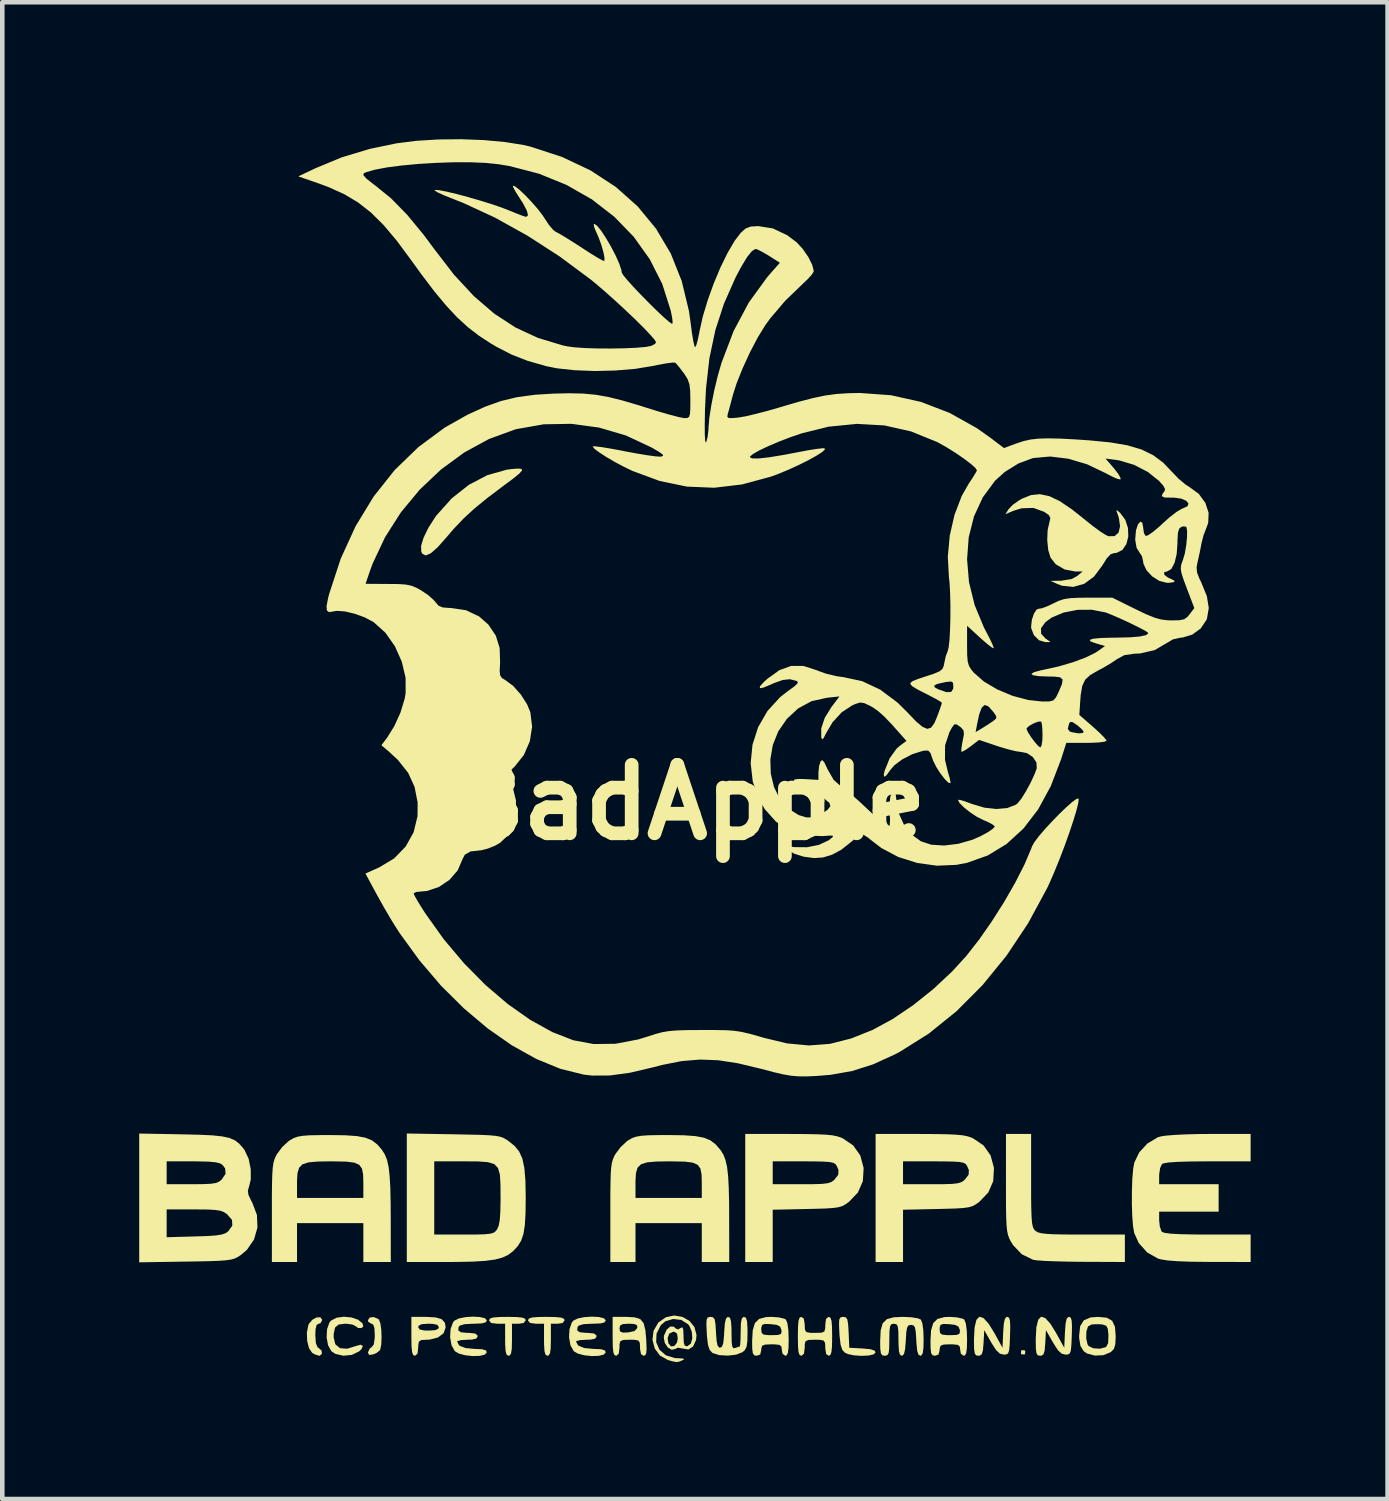
<source format=kicad_pcb>
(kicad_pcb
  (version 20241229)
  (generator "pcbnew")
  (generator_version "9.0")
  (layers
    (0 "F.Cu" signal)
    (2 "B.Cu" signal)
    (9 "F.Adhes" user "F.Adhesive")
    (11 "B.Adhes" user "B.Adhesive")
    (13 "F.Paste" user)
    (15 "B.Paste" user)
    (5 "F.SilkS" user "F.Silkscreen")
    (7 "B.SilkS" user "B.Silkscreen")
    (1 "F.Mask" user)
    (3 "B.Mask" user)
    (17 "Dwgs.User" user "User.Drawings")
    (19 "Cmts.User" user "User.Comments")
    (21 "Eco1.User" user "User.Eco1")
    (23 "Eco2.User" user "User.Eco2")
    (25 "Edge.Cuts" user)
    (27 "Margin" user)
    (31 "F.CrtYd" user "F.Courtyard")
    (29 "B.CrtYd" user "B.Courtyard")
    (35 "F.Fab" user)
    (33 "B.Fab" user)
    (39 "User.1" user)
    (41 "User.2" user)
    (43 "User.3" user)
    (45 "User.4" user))
  (footprint "BadApple"
    (layer "F.Cu")
    (at 12.074 14.527)
    (property "Reference" "BadApple" (at 0 0 0) (layer "F.SilkS") (effects (font (size 1.5 1.5) (thickness 0.3))))
    (attr board_only exclude_from_pos_files exclude_from_bom)
    (fp_poly (pts (xy 7.326 12.006) (xy 7.337 12.019) (xy 7.332 12.085) (xy 7.319 12.096) (xy 7.253 12.091) (xy 7.242 12.078) (xy 7.247 12.013) (xy 7.26 12.001)) (stroke (width 0) (type solid)) (fill yes) (layer "F.SilkS"))
    (fp_poly (pts (xy -8.066 11.336) (xy -8.066 11.344) (xy -8.104 11.412) (xy -8.141 11.422) (xy -8.188 11.449) (xy -8.211 11.542) (xy -8.216 11.675) (xy -8.204 11.849) (xy -8.166 11.939) (xy -8.141 11.955) (xy -8.079 12.011) (xy -8.071 12.082) (xy -8.12 12.123) (xy -8.131 12.124) (xy -8.223 12.096) (xy -8.287 12.058) (xy -8.355 11.957) (xy -8.395 11.797) (xy -8.401 11.618) (xy -8.371 11.459) (xy -8.355 11.422) (xy -8.28 11.334) (xy -8.186 11.284) (xy -8.105 11.282)) (stroke (width 0) (type solid)) (fill yes) (layer "F.SilkS"))
    (fp_poly (pts (xy -6.843 11.315) (xy -6.823 11.332) (xy -6.791 11.413) (xy -6.771 11.557) (xy -6.765 11.726) (xy -6.772 11.883) (xy -6.795 11.991) (xy -6.802 12.004) (xy -6.876 12.063) (xy -6.951 12.095) (xy -7.039 12.106) (xy -7.064 12.052) (xy -7.064 12.051) (xy -7.023 11.964) (xy -6.989 11.942) (xy -6.937 11.88) (xy -6.915 11.739) (xy -6.914 11.668) (xy -6.922 11.512) (xy -6.951 11.437) (xy -6.989 11.422) (xy -7.055 11.382) (xy -7.064 11.347) (xy -7.026 11.287) (xy -6.939 11.276)) (stroke (width 0) (type solid)) (fill yes) (layer "F.SilkS"))
    (fp_poly (pts (xy -3.802 11.276) (xy -3.679 11.289) (xy -3.62 11.314) (xy -3.607 11.347) (xy -3.652 11.407) (xy -3.757 11.422) (xy -3.908 11.422) (xy -3.908 11.773) (xy -3.912 11.964) (xy -3.928 12.073) (xy -3.959 12.119) (xy -3.983 12.124) (xy -4.024 12.103) (xy -4.047 12.029) (xy -4.057 11.883) (xy -4.058 11.773) (xy -4.058 11.422) (xy -4.233 11.422) (xy -4.363 11.406) (xy -4.408 11.354) (xy -4.409 11.347) (xy -4.39 11.309) (xy -4.321 11.286) (xy -4.185 11.275) (xy -4.008 11.272)) (stroke (width 0) (type solid)) (fill yes) (layer "F.SilkS"))
    (fp_poly (pts (xy -2.951 11.276) (xy -2.827 11.289) (xy -2.768 11.314) (xy -2.755 11.347) (xy -2.8 11.407) (xy -2.906 11.422) (xy -3.056 11.422) (xy -3.056 11.773) (xy -3.06 11.964) (xy -3.076 12.073) (xy -3.108 12.119) (xy -3.131 12.124) (xy -3.172 12.103) (xy -3.195 12.029) (xy -3.205 11.883) (xy -3.206 11.773) (xy -3.206 11.422) (xy -3.382 11.422) (xy -3.511 11.406) (xy -3.557 11.354) (xy -3.557 11.347) (xy -3.538 11.309) (xy -3.47 11.286) (xy -3.334 11.275) (xy -3.156 11.272)) (stroke (width 0) (type solid)) (fill yes) (layer "F.SilkS"))
    (fp_poly (pts (xy 3.404 11.282) (xy 3.438 11.327) (xy 3.456 11.428) (xy 3.467 11.607) (xy 3.467 11.61) (xy 3.482 11.949) (xy 3.77 11.964) (xy 3.945 11.981) (xy 4.036 12.011) (xy 4.058 12.051) (xy 4.014 12.094) (xy 3.901 12.119) (xy 3.749 12.126) (xy 3.59 12.116) (xy 3.452 12.087) (xy 3.381 12.054) (xy 3.326 11.99) (xy 3.291 11.88) (xy 3.27 11.701) (xy 3.265 11.628) (xy 3.257 11.443) (xy 3.261 11.336) (xy 3.284 11.287) (xy 3.329 11.273) (xy 3.349 11.272)) (stroke (width 0) (type solid)) (fill yes) (layer "F.SilkS"))
    (fp_poly (pts (xy -3.697 -7.304) (xy -3.688 -7.269) (xy -3.751 -7.199) (xy -3.888 -7.088) (xy -4.099 -6.931) (xy -4.446 -6.669) (xy -4.728 -6.439) (xy -4.966 -6.22) (xy -5.183 -5.993) (xy -5.346 -5.802) (xy -5.538 -5.586) (xy -5.687 -5.456) (xy -5.796 -5.409) (xy -5.87 -5.444) (xy -5.895 -5.49) (xy -5.899 -5.618) (xy -5.844 -5.8) (xy -5.739 -6.015) (xy -5.593 -6.243) (xy -5.562 -6.286) (xy -5.226 -6.661) (xy -4.851 -6.957) (xy -4.447 -7.168) (xy -4.024 -7.287) (xy -3.912 -7.302) (xy -3.773 -7.312)) (stroke (width 0) (type solid)) (fill yes) (layer "F.SilkS"))
    (fp_poly (pts (xy -7.425 11.285) (xy -7.28 11.334) (xy -7.185 11.411) (xy -7.164 11.476) (xy -7.201 11.517) (xy -7.276 11.516) (xy -7.339 11.473) (xy -7.339 11.473) (xy -7.405 11.44) (xy -7.529 11.423) (xy -7.562 11.422) (xy -7.706 11.44) (xy -7.784 11.506) (xy -7.813 11.641) (xy -7.815 11.717) (xy -7.779 11.872) (xy -7.676 11.958) (xy -7.519 11.97) (xy -7.342 11.915) (xy -7.223 11.882) (xy -7.175 11.909) (xy -7.206 11.98) (xy -7.257 12.028) (xy -7.416 12.105) (xy -7.602 12.123) (xy -7.776 12.083) (xy -7.865 12.024) (xy -7.937 11.895) (xy -7.969 11.721) (xy -7.959 11.541) (xy -7.907 11.396) (xy -7.874 11.355) (xy -7.751 11.291) (xy -7.591 11.269)) (stroke (width 0) (type solid)) (fill yes) (layer "F.SilkS"))
    (fp_poly (pts (xy -5.579 11.284) (xy -5.444 11.325) (xy -5.376 11.404) (xy -5.361 11.505) (xy -5.406 11.63) (xy -5.529 11.723) (xy -5.708 11.77) (xy -5.772 11.773) (xy -5.896 11.779) (xy -5.949 11.817) (xy -5.962 11.912) (xy -5.962 11.949) (xy -5.978 12.078) (xy -6.03 12.124) (xy -6.037 12.124) (xy -6.074 12.106) (xy -6.097 12.04) (xy -6.109 11.908) (xy -6.112 11.698) (xy -6.112 11.498) (xy -5.962 11.498) (xy -5.932 11.547) (xy -5.832 11.57) (xy -5.736 11.573) (xy -5.588 11.563) (xy -5.52 11.53) (xy -5.511 11.498) (xy -5.54 11.448) (xy -5.641 11.426) (xy -5.736 11.422) (xy -5.885 11.432) (xy -5.953 11.466) (xy -5.962 11.498) (xy -6.112 11.498) (xy -6.112 11.272) (xy -5.796 11.272)) (stroke (width 0) (type solid)) (fill yes) (layer "F.SilkS"))
    (fp_poly (pts (xy 6.422 11.298) (xy 6.536 11.424) (xy 6.659 11.623) (xy 6.838 11.949) (xy 6.853 11.61) (xy 6.867 11.421) (xy 6.89 11.315) (xy 6.928 11.274) (xy 6.943 11.272) (xy 6.98 11.289) (xy 7.001 11.351) (xy 7.008 11.477) (xy 7.003 11.685) (xy 7.003 11.686) (xy 6.995 11.888) (xy 6.982 12.011) (xy 6.959 12.073) (xy 6.918 12.096) (xy 6.866 12.099) (xy 6.781 12.078) (xy 6.7 12.003) (xy 6.604 11.855) (xy 6.59 11.831) (xy 6.438 11.563) (xy 6.423 11.843) (xy 6.409 12.006) (xy 6.384 12.091) (xy 6.339 12.121) (xy 6.31 12.124) (xy 6.259 12.114) (xy 6.23 12.071) (xy 6.216 11.973) (xy 6.213 11.8) (xy 6.213 11.761) (xy 6.227 11.5) (xy 6.267 11.336) (xy 6.333 11.268)) (stroke (width 0) (type solid)) (fill yes) (layer "F.SilkS"))
    (fp_poly (pts (xy 7.775 11.298) (xy 7.889 11.424) (xy 8.011 11.623) (xy 8.191 11.949) (xy 8.206 11.61) (xy 8.22 11.421) (xy 8.243 11.315) (xy 8.281 11.274) (xy 8.296 11.272) (xy 8.333 11.289) (xy 8.353 11.351) (xy 8.36 11.477) (xy 8.356 11.685) (xy 8.356 11.686) (xy 8.347 11.888) (xy 8.335 12.011) (xy 8.311 12.073) (xy 8.27 12.096) (xy 8.218 12.099) (xy 8.134 12.078) (xy 8.053 12.003) (xy 7.957 11.855) (xy 7.943 11.831) (xy 7.79 11.563) (xy 7.775 11.843) (xy 7.762 12.006) (xy 7.737 12.091) (xy 7.692 12.121) (xy 7.663 12.124) (xy 7.612 12.114) (xy 7.583 12.071) (xy 7.569 11.973) (xy 7.566 11.8) (xy 7.566 11.761) (xy 7.58 11.5) (xy 7.62 11.336) (xy 7.685 11.268)) (stroke (width 0) (type solid)) (fill yes) (layer "F.SilkS"))
    (fp_poly (pts (xy 7.465 8.284) (xy 7.465 8.631) (xy 7.468 8.892) (xy 7.475 9.081) (xy 7.485 9.211) (xy 7.502 9.295) (xy 7.525 9.349) (xy 7.556 9.385) (xy 7.556 9.386) (xy 7.602 9.415) (xy 7.672 9.437) (xy 7.782 9.452) (xy 7.946 9.462) (xy 8.178 9.467) (xy 8.492 9.469) (xy 8.583 9.469) (xy 9.519 9.469) (xy 9.519 9.769) (xy 9.519 10.07) (xy 8.579 10.066) (xy 8.274 10.062) (xy 7.996 10.055) (xy 7.763 10.046) (xy 7.594 10.034) (xy 7.51 10.022) (xy 7.26 9.9) (xy 7.07 9.7) (xy 7.023 9.625) (xy 6.987 9.555) (xy 6.96 9.482) (xy 6.94 9.391) (xy 6.927 9.268) (xy 6.919 9.096) (xy 6.915 8.862) (xy 6.914 8.551) (xy 6.914 8.347) (xy 6.914 7.264) (xy 7.189 7.264) (xy 7.465 7.264)) (stroke (width 0) (type solid)) (fill yes) (layer "F.SilkS"))
    (fp_poly (pts (xy 9.122 11.291) (xy 9.241 11.358) (xy 9.302 11.49) (xy 9.318 11.699) (xy 9.31 11.868) (xy 9.28 11.971) (xy 9.216 12.039) (xy 9.207 12.046) (xy 9.047 12.111) (xy 8.861 12.12) (xy 8.692 12.075) (xy 8.617 12.024) (xy 8.546 11.91) (xy 8.519 11.746) (xy 8.672 11.746) (xy 8.701 11.873) (xy 8.727 11.913) (xy 8.832 11.961) (xy 8.975 11.969) (xy 9.101 11.935) (xy 9.109 11.93) (xy 9.153 11.846) (xy 9.159 11.679) (xy 9.159 11.668) (xy 9.144 11.531) (xy 9.109 11.465) (xy 9.027 11.439) (xy 8.948 11.432) (xy 8.793 11.437) (xy 8.711 11.482) (xy 8.675 11.598) (xy 8.672 11.746) (xy 8.519 11.746) (xy 8.518 11.74) (xy 8.517 11.681) (xy 8.54 11.476) (xy 8.618 11.349) (xy 8.764 11.285) (xy 8.93 11.272)) (stroke (width 0) (type solid)) (fill yes) (layer "F.SilkS"))
    (fp_poly (pts (xy -4.613 11.275) (xy -4.501 11.302) (xy -4.459 11.347) (xy -4.482 11.391) (xy -4.565 11.415) (xy -4.726 11.422) (xy -4.754 11.422) (xy -4.946 11.432) (xy -5.05 11.463) (xy -5.076 11.493) (xy -5.085 11.568) (xy -5.027 11.609) (xy -4.888 11.623) (xy -4.851 11.623) (xy -4.715 11.636) (xy -4.661 11.681) (xy -4.659 11.698) (xy -4.689 11.748) (xy -4.789 11.77) (xy -4.885 11.773) (xy -5.019 11.781) (xy -5.1 11.801) (xy -5.11 11.813) (xy -5.064 11.9) (xy -4.93 11.955) (xy -4.724 11.974) (xy -4.562 11.981) (xy -4.479 12.006) (xy -4.459 12.049) (xy -4.503 12.099) (xy -4.614 12.126) (xy -4.765 12.131) (xy -4.927 12.114) (xy -5.069 12.077) (xy -5.16 12.024) (xy -5.232 11.895) (xy -5.263 11.721) (xy -5.253 11.541) (xy -5.202 11.396) (xy -5.169 11.355) (xy -5.072 11.307) (xy -4.928 11.278) (xy -4.765 11.267)) (stroke (width 0) (type solid)) (fill yes) (layer "F.SilkS"))
    (fp_poly (pts (xy -2.008 11.275) (xy -1.896 11.302) (xy -1.854 11.347) (xy -1.877 11.391) (xy -1.96 11.415) (xy -2.121 11.422) (xy -2.149 11.422) (xy -2.341 11.432) (xy -2.445 11.463) (xy -2.471 11.493) (xy -2.48 11.568) (xy -2.422 11.609) (xy -2.282 11.623) (xy -2.246 11.623) (xy -2.11 11.636) (xy -2.056 11.681) (xy -2.054 11.698) (xy -2.084 11.748) (xy -2.184 11.77) (xy -2.279 11.773) (xy -2.414 11.781) (xy -2.495 11.801) (xy -2.505 11.813) (xy -2.458 11.9) (xy -2.325 11.955) (xy -2.119 11.974) (xy -1.956 11.981) (xy -1.874 12.006) (xy -1.854 12.049) (xy -1.897 12.099) (xy -2.009 12.126) (xy -2.16 12.131) (xy -2.322 12.114) (xy -2.464 12.077) (xy -2.555 12.024) (xy -2.627 11.895) (xy -2.658 11.721) (xy -2.648 11.541) (xy -2.597 11.396) (xy -2.564 11.355) (xy -2.467 11.307) (xy -2.323 11.278) (xy -2.16 11.267)) (stroke (width 0) (type solid)) (fill yes) (layer "F.SilkS"))
    (fp_poly (pts (xy -1.22 11.282) (xy -1.097 11.321) (xy -1.024 11.41) (xy -0.985 11.565) (xy -0.967 11.774) (xy -0.959 11.961) (xy -0.966 12.068) (xy -0.991 12.115) (xy -1.024 12.124) (xy -1.081 12.09) (xy -1.102 11.977) (xy -1.102 11.949) (xy -1.107 11.841) (xy -1.14 11.79) (xy -1.227 11.774) (xy -1.328 11.773) (xy -1.466 11.777) (xy -1.532 11.802) (xy -1.552 11.87) (xy -1.553 11.949) (xy -1.569 12.078) (xy -1.621 12.124) (xy -1.628 12.124) (xy -1.666 12.106) (xy -1.689 12.04) (xy -1.7 11.908) (xy -1.703 11.698) (xy -1.703 11.526) (xy -1.553 11.526) (xy -1.539 11.593) (xy -1.477 11.617) (xy -1.366 11.613) (xy -1.223 11.583) (xy -1.163 11.517) (xy -1.162 11.51) (xy -1.169 11.453) (xy -1.234 11.428) (xy -1.349 11.422) (xy -1.481 11.43) (xy -1.54 11.463) (xy -1.553 11.526) (xy -1.703 11.526) (xy -1.703 11.272) (xy -1.409 11.272)) (stroke (width 0) (type solid)) (fill yes) (layer "F.SilkS"))
    (fp_poly (pts (xy 3.069 11.29) (xy 3.092 11.357) (xy 3.103 11.488) (xy 3.106 11.698) (xy 3.103 11.911) (xy 3.091 12.041) (xy 3.068 12.106) (xy 3.031 12.124) (xy 2.975 12.086) (xy 2.956 11.964) (xy 2.956 11.949) (xy 2.951 11.841) (xy 2.918 11.79) (xy 2.831 11.774) (xy 2.73 11.773) (xy 2.592 11.777) (xy 2.526 11.802) (xy 2.506 11.87) (xy 2.505 11.949) (xy 2.489 12.078) (xy 2.437 12.124) (xy 2.43 12.124) (xy 2.392 12.106) (xy 2.369 12.04) (xy 2.358 11.908) (xy 2.355 11.698) (xy 2.358 11.485) (xy 2.37 11.355) (xy 2.393 11.29) (xy 2.43 11.272) (xy 2.485 11.31) (xy 2.505 11.432) (xy 2.505 11.448) (xy 2.51 11.555) (xy 2.542 11.606) (xy 2.63 11.622) (xy 2.73 11.623) (xy 2.869 11.619) (xy 2.934 11.594) (xy 2.954 11.526) (xy 2.956 11.448) (xy 2.972 11.318) (xy 3.024 11.273) (xy 3.031 11.272)) (stroke (width 0) (type solid)) (fill yes) (layer "F.SilkS"))
    (fp_poly (pts (xy 1.932 11.283) (xy 2.055 11.311) (xy 2.094 11.332) (xy 2.127 11.416) (xy 2.148 11.576) (xy 2.154 11.758) (xy 2.15 11.953) (xy 2.135 12.067) (xy 2.106 12.117) (xy 2.079 12.124) (xy 2.019 12.08) (xy 2.004 11.999) (xy 1.995 11.921) (xy 1.949 11.885) (xy 1.839 11.874) (xy 1.779 11.873) (xy 1.639 11.879) (xy 1.573 11.904) (xy 1.554 11.965) (xy 1.553 11.999) (xy 1.53 12.097) (xy 1.453 12.124) (xy 1.398 12.113) (xy 1.368 12.067) (xy 1.355 11.962) (xy 1.353 11.809) (xy 1.366 11.568) (xy 1.373 11.545) (xy 1.553 11.545) (xy 1.562 11.623) (xy 1.606 11.661) (xy 1.712 11.672) (xy 1.782 11.673) (xy 1.922 11.668) (xy 1.986 11.645) (xy 1.998 11.591) (xy 1.995 11.56) (xy 1.967 11.486) (xy 1.893 11.448) (xy 1.766 11.432) (xy 1.632 11.427) (xy 1.571 11.449) (xy 1.554 11.512) (xy 1.553 11.545) (xy 1.373 11.545) (xy 1.413 11.408) (xy 1.506 11.317) (xy 1.657 11.277) (xy 1.771 11.272)) (stroke (width 0) (type solid)) (fill yes) (layer "F.SilkS"))
    (fp_poly (pts (xy 5.84 11.283) (xy 5.963 11.311) (xy 6.002 11.332) (xy 6.035 11.416) (xy 6.056 11.576) (xy 6.062 11.758) (xy 6.058 11.953) (xy 6.043 12.067) (xy 6.014 12.117) (xy 5.987 12.124) (xy 5.926 12.08) (xy 5.912 11.999) (xy 5.902 11.921) (xy 5.856 11.885) (xy 5.747 11.874) (xy 5.686 11.873) (xy 5.547 11.879) (xy 5.481 11.904) (xy 5.462 11.965) (xy 5.461 11.999) (xy 5.437 12.097) (xy 5.361 12.124) (xy 5.306 12.113) (xy 5.275 12.067) (xy 5.263 11.962) (xy 5.26 11.809) (xy 5.273 11.568) (xy 5.28 11.545) (xy 5.461 11.545) (xy 5.469 11.623) (xy 5.514 11.661) (xy 5.62 11.672) (xy 5.69 11.673) (xy 5.829 11.668) (xy 5.893 11.645) (xy 5.906 11.591) (xy 5.903 11.56) (xy 5.875 11.486) (xy 5.8 11.448) (xy 5.674 11.432) (xy 5.54 11.427) (xy 5.479 11.449) (xy 5.461 11.512) (xy 5.461 11.545) (xy 5.28 11.545) (xy 5.321 11.408) (xy 5.414 11.317) (xy 5.565 11.277) (xy 5.679 11.272)) (stroke (width 0) (type solid)) (fill yes) (layer "F.SilkS"))
    (fp_poly (pts (xy 2.167 7.265) (xy 2.513 7.267) (xy 2.775 7.272) (xy 2.97 7.281) (xy 3.112 7.295) (xy 3.22 7.317) (xy 3.308 7.347) (xy 3.337 7.36) (xy 3.566 7.515) (xy 3.722 7.735) (xy 3.795 8.007) (xy 3.796 8.011) (xy 3.779 8.299) (xy 3.671 8.547) (xy 3.479 8.748) (xy 3.402 8.804) (xy 3.331 8.844) (xy 3.245 8.87) (xy 3.126 8.887) (xy 2.956 8.898) (xy 2.714 8.905) (xy 2.547 8.909) (xy 1.804 8.925) (xy 1.804 9.497) (xy 1.804 10.07) (xy 1.503 10.07) (xy 1.202 10.07) (xy 1.202 8.667) (xy 1.202 8.116) (xy 1.804 8.116) (xy 1.804 8.366) (xy 2.43 8.366) (xy 2.695 8.365) (xy 2.88 8.359) (xy 3.002 8.345) (xy 3.082 8.321) (xy 3.138 8.284) (xy 3.156 8.266) (xy 3.24 8.158) (xy 3.245 8.055) (xy 3.205 7.962) (xy 3.176 7.923) (xy 3.127 7.896) (xy 3.041 7.879) (xy 2.902 7.87) (xy 2.692 7.866) (xy 2.478 7.865) (xy 1.804 7.865) (xy 1.804 8.116) (xy 1.202 8.116) (xy 1.202 7.264)) (stroke (width 0) (type solid)) (fill yes) (layer "F.SilkS"))
    (fp_poly (pts (xy 5.022 7.265) (xy 5.369 7.267) (xy 5.631 7.272) (xy 5.825 7.281) (xy 5.968 7.295) (xy 6.075 7.317) (xy 6.164 7.347) (xy 6.192 7.36) (xy 6.422 7.515) (xy 6.577 7.735) (xy 6.651 8.007) (xy 6.651 8.011) (xy 6.635 8.299) (xy 6.527 8.547) (xy 6.334 8.748) (xy 6.258 8.804) (xy 6.186 8.844) (xy 6.101 8.87) (xy 5.982 8.887) (xy 5.811 8.898) (xy 5.57 8.905) (xy 5.402 8.909) (xy 4.659 8.925) (xy 4.659 9.497) (xy 4.659 10.07) (xy 4.359 10.07) (xy 4.058 10.07) (xy 4.058 8.667) (xy 4.058 8.116) (xy 4.659 8.116) (xy 4.659 8.366) (xy 5.285 8.366) (xy 5.551 8.365) (xy 5.735 8.359) (xy 5.858 8.345) (xy 5.937 8.321) (xy 5.993 8.284) (xy 6.012 8.266) (xy 6.096 8.158) (xy 6.101 8.055) (xy 6.06 7.962) (xy 6.031 7.923) (xy 5.982 7.896) (xy 5.897 7.879) (xy 5.758 7.87) (xy 5.548 7.866) (xy 5.334 7.865) (xy 4.659 7.865) (xy 4.659 8.116) (xy 4.058 8.116) (xy 4.058 7.264)) (stroke (width 0) (type solid)) (fill yes) (layer "F.SilkS"))
    (fp_poly (pts (xy 4.845 11.281) (xy 4.989 11.305) (xy 5.05 11.332) (xy 5.083 11.416) (xy 5.104 11.576) (xy 5.11 11.758) (xy 5.106 11.955) (xy 5.09 12.069) (xy 5.06 12.118) (xy 5.037 12.124) (xy 4.995 12.097) (xy 4.968 12.007) (xy 4.952 11.836) (xy 4.95 11.786) (xy 4.938 11.605) (xy 4.92 11.503) (xy 4.887 11.457) (xy 4.835 11.448) (xy 4.78 11.458) (xy 4.748 11.506) (xy 4.73 11.611) (xy 4.72 11.786) (xy 4.705 11.976) (xy 4.681 12.083) (xy 4.643 12.123) (xy 4.632 12.124) (xy 4.592 12.101) (xy 4.569 12.022) (xy 4.56 11.868) (xy 4.559 11.773) (xy 4.556 11.589) (xy 4.544 11.483) (xy 4.516 11.435) (xy 4.467 11.423) (xy 4.459 11.422) (xy 4.406 11.432) (xy 4.376 11.475) (xy 4.362 11.572) (xy 4.359 11.745) (xy 4.359 11.773) (xy 4.356 11.957) (xy 4.344 12.063) (xy 4.316 12.111) (xy 4.266 12.124) (xy 4.258 12.124) (xy 4.203 12.113) (xy 4.173 12.067) (xy 4.16 11.962) (xy 4.158 11.809) (xy 4.169 11.57) (xy 4.213 11.413) (xy 4.305 11.322) (xy 4.459 11.281) (xy 4.652 11.272)) (stroke (width 0) (type solid)) (fill yes) (layer "F.SilkS"))
    (fp_poly (pts (xy 1.218 11.293) (xy 1.242 11.367) (xy 1.251 11.514) (xy 1.252 11.62) (xy 1.248 11.81) (xy 1.231 11.928) (xy 1.194 12) (xy 1.141 12.046) (xy 1.004 12.1) (xy 0.82 12.121) (xy 0.634 12.11) (xy 0.491 12.065) (xy 0.475 12.054) (xy 0.42 11.99) (xy 0.385 11.88) (xy 0.364 11.701) (xy 0.36 11.628) (xy 0.351 11.443) (xy 0.356 11.336) (xy 0.378 11.287) (xy 0.423 11.273) (xy 0.443 11.272) (xy 0.499 11.282) (xy 0.532 11.327) (xy 0.55 11.428) (xy 0.561 11.607) (xy 0.561 11.61) (xy 0.575 11.799) (xy 0.598 11.905) (xy 0.636 11.946) (xy 0.651 11.949) (xy 0.694 11.924) (xy 0.722 11.841) (xy 0.738 11.679) (xy 0.741 11.61) (xy 0.755 11.42) (xy 0.779 11.313) (xy 0.818 11.273) (xy 0.829 11.272) (xy 0.869 11.295) (xy 0.891 11.373) (xy 0.901 11.526) (xy 0.902 11.628) (xy 0.905 11.814) (xy 0.917 11.918) (xy 0.942 11.958) (xy 0.981 11.954) (xy 1.061 11.927) (xy 1.081 11.923) (xy 1.092 11.878) (xy 1.099 11.758) (xy 1.102 11.598) (xy 1.107 11.415) (xy 1.125 11.314) (xy 1.16 11.275) (xy 1.177 11.272)) (stroke (width 0) (type solid)) (fill yes) (layer "F.SilkS"))
    (fp_poly (pts (xy 12.274 7.565) (xy 12.274 7.865) (xy 11.332 7.865) (xy 10.958 7.868) (xy 10.677 7.876) (xy 10.483 7.889) (xy 10.368 7.908) (xy 10.33 7.926) (xy 10.291 8.013) (xy 10.271 8.149) (xy 10.27 8.176) (xy 10.27 8.366) (xy 10.921 8.366) (xy 11.573 8.366) (xy 11.573 8.667) (xy 11.573 8.968) (xy 10.921 8.968) (xy 10.27 8.968) (xy 10.27 9.158) (xy 10.285 9.298) (xy 10.322 9.398) (xy 10.33 9.409) (xy 10.392 9.432) (xy 10.529 9.45) (xy 10.746 9.461) (xy 11.052 9.467) (xy 11.332 9.469) (xy 12.274 9.469) (xy 12.274 9.769) (xy 12.274 10.07) (xy 11.36 10.068) (xy 10.972 10.064) (xy 10.674 10.053) (xy 10.454 10.036) (xy 10.301 10.011) (xy 10.245 9.995) (xy 10.008 9.861) (xy 9.824 9.656) (xy 9.723 9.434) (xy 9.697 9.28) (xy 9.68 9.055) (xy 9.672 8.788) (xy 9.673 8.508) (xy 9.682 8.244) (xy 9.701 8.026) (xy 9.725 7.893) (xy 9.834 7.667) (xy 10.014 7.473) (xy 10.234 7.341) (xy 10.298 7.32) (xy 10.413 7.302) (xy 10.608 7.286) (xy 10.861 7.274) (xy 11.152 7.266) (xy 11.385 7.265) (xy 12.274 7.264)) (stroke (width 0) (type solid)) (fill yes) (layer "F.SilkS"))
    (fp_poly (pts (xy 7.86 -6.709) (xy 8.088 -6.601) (xy 8.354 -6.422) (xy 8.624 -6.208) (xy 8.807 -6.061) (xy 8.972 -5.939) (xy 9.099 -5.857) (xy 9.156 -5.83) (xy 9.293 -5.832) (xy 9.381 -5.91) (xy 9.414 -6.049) (xy 9.386 -6.236) (xy 9.366 -6.294) (xy 9.333 -6.388) (xy 9.347 -6.399) (xy 9.414 -6.342) (xy 9.528 -6.19) (xy 9.587 -6.01) (xy 9.594 -5.825) (xy 9.552 -5.657) (xy 9.465 -5.529) (xy 9.335 -5.464) (xy 9.29 -5.461) (xy 9.208 -5.435) (xy 9.123 -5.346) (xy 9.02 -5.182) (xy 8.841 -4.943) (xy 8.627 -4.787) (xy 8.39 -4.72) (xy 8.142 -4.745) (xy 8.041 -4.783) (xy 7.891 -4.851) (xy 8.123 -4.855) (xy 8.35 -4.891) (xy 8.474 -4.958) (xy 8.592 -5.057) (xy 8.427 -5.058) (xy 8.198 -5.102) (xy 8.006 -5.215) (xy 7.891 -5.359) (xy 7.84 -5.526) (xy 7.818 -5.744) (xy 7.827 -5.965) (xy 7.865 -6.135) (xy 7.887 -6.227) (xy 7.854 -6.292) (xy 7.752 -6.364) (xy 7.517 -6.45) (xy 7.257 -6.442) (xy 7.081 -6.388) (xy 6.901 -6.312) (xy 6.974 -6.425) (xy 7.061 -6.516) (xy 7.199 -6.614) (xy 7.268 -6.654) (xy 7.463 -6.731) (xy 7.656 -6.751)) (stroke (width 0) (type solid)) (fill yes) (layer "F.SilkS"))
    (fp_poly (pts (xy -5.194 7.272) (xy -4.849 7.279) (xy -4.589 7.285) (xy -4.399 7.294) (xy -4.263 7.307) (xy -4.166 7.326) (xy -4.093 7.353) (xy -4.029 7.389) (xy -3.991 7.415) (xy -3.853 7.524) (xy -3.751 7.648) (xy -3.681 7.804) (xy -3.637 8.009) (xy -3.614 8.278) (xy -3.607 8.63) (xy -3.607 8.659) (xy -3.611 9.001) (xy -3.626 9.26) (xy -3.657 9.455) (xy -3.707 9.603) (xy -3.781 9.722) (xy -3.882 9.831) (xy -3.885 9.833) (xy -3.988 9.912) (xy -4.114 9.972) (xy -4.278 10.016) (xy -4.494 10.045) (xy -4.774 10.062) (xy -5.135 10.069) (xy -5.333 10.07) (xy -6.212 10.07) (xy -6.212 8.663) (xy -6.212 7.865) (xy -5.611 7.865) (xy -5.611 8.667) (xy -5.611 9.469) (xy -4.963 9.469) (xy -4.696 9.468) (xy -4.511 9.463) (xy -4.39 9.451) (xy -4.316 9.431) (xy -4.268 9.398) (xy -4.236 9.357) (xy -4.2 9.278) (xy -4.176 9.154) (xy -4.163 8.967) (xy -4.158 8.7) (xy -4.158 8.667) (xy -4.16 8.368) (xy -4.173 8.154) (xy -4.214 8.012) (xy -4.295 7.926) (xy -4.432 7.883) (xy -4.639 7.867) (xy -4.931 7.865) (xy -4.963 7.865) (xy -5.611 7.865) (xy -6.212 7.865) (xy -6.212 7.255)) (stroke (width 0) (type solid)) (fill yes) (layer "F.SilkS"))
    (fp_poly (pts (xy -7.556 7.294) (xy -7.304 7.312) (xy -7.115 7.348) (xy -6.973 7.407) (xy -6.858 7.495) (xy -6.754 7.616) (xy -6.753 7.619) (xy -6.692 7.716) (xy -6.645 7.834) (xy -6.611 7.986) (xy -6.588 8.185) (xy -6.573 8.447) (xy -6.566 8.784) (xy -6.564 9.105) (xy -6.563 10.07) (xy -6.864 10.07) (xy -7.164 10.07) (xy -7.164 9.644) (xy -7.164 9.218) (xy -7.891 9.218) (xy -8.617 9.218) (xy -8.617 9.644) (xy -8.617 10.07) (xy -8.893 10.07) (xy -9.168 10.07) (xy -9.168 8.987) (xy -9.168 8.628) (xy -9.165 8.355) (xy -9.165 8.349) (xy -8.617 8.349) (xy -8.617 8.667) (xy -7.891 8.667) (xy -7.164 8.667) (xy -7.164 8.345) (xy -7.169 8.157) (xy -7.194 8.025) (xy -7.254 7.941) (xy -7.364 7.893) (xy -7.54 7.871) (xy -7.797 7.866) (xy -7.878 7.865) (xy -8.164 7.869) (xy -8.365 7.887) (xy -8.496 7.929) (xy -8.571 8.004) (xy -8.607 8.122) (xy -8.617 8.294) (xy -8.617 8.349) (xy -9.165 8.349) (xy -9.159 8.152) (xy -9.149 8.005) (xy -9.133 7.898) (xy -9.11 7.817) (xy -9.079 7.747) (xy -9.057 7.707) (xy -8.944 7.554) (xy -8.802 7.422) (xy -8.769 7.4) (xy -8.689 7.355) (xy -8.604 7.325) (xy -8.492 7.305) (xy -8.336 7.294) (xy -8.114 7.29) (xy -7.891 7.289)) (stroke (width 0) (type solid)) (fill yes) (layer "F.SilkS"))
    (fp_poly (pts (xy -0.141 7.294) (xy 0.111 7.312) (xy 0.3 7.348) (xy 0.442 7.407) (xy 0.556 7.495) (xy 0.66 7.616) (xy 0.662 7.619) (xy 0.723 7.716) (xy 0.769 7.834) (xy 0.804 7.986) (xy 0.827 8.185) (xy 0.841 8.447) (xy 0.849 8.784) (xy 0.85 9.105) (xy 0.852 10.07) (xy 0.551 10.07) (xy 0.25 10.07) (xy 0.25 9.644) (xy 0.25 9.218) (xy -0.476 9.218) (xy -1.202 9.218) (xy -1.202 9.644) (xy -1.202 10.07) (xy -1.478 10.07) (xy -1.753 10.07) (xy -1.753 8.987) (xy -1.753 8.628) (xy -1.75 8.355) (xy -1.75 8.349) (xy -1.202 8.349) (xy -1.202 8.667) (xy -0.476 8.667) (xy 0.25 8.667) (xy 0.25 8.345) (xy 0.246 8.157) (xy 0.221 8.025) (xy 0.161 7.941) (xy 0.051 7.893) (xy -0.125 7.871) (xy -0.382 7.866) (xy -0.463 7.865) (xy -0.749 7.869) (xy -0.95 7.887) (xy -1.081 7.929) (xy -1.157 8.004) (xy -1.192 8.122) (xy -1.202 8.294) (xy -1.202 8.349) (xy -1.75 8.349) (xy -1.745 8.152) (xy -1.735 8.005) (xy -1.719 7.898) (xy -1.696 7.817) (xy -1.665 7.747) (xy -1.643 7.707) (xy -1.529 7.554) (xy -1.387 7.422) (xy -1.355 7.4) (xy -1.275 7.355) (xy -1.189 7.325) (xy -1.078 7.305) (xy -0.921 7.294) (xy -0.699 7.29) (xy -0.476 7.289)) (stroke (width 0) (type solid)) (fill yes) (layer "F.SilkS"))
    (fp_poly (pts (xy -0.176 11.272) (xy -0.021 11.359) (xy 0.089 11.494) (xy 0.135 11.668) (xy 0.125 11.777) (xy 0.06 11.921) (xy -0.043 11.987) (xy -0.165 11.966) (xy -0.277 11.947) (xy -0.325 11.973) (xy -0.41 11.993) (xy -0.496 11.94) (xy -0.561 11.841) (xy -0.579 11.741) (xy -0.499 11.741) (xy -0.48 11.855) (xy -0.422 11.92) (xy -0.351 11.909) (xy -0.293 11.837) (xy -0.276 11.747) (xy -0.292 11.638) (xy -0.351 11.599) (xy -0.375 11.598) (xy -0.463 11.639) (xy -0.499 11.741) (xy -0.579 11.741) (xy -0.582 11.721) (xy -0.577 11.682) (xy -0.519 11.552) (xy -0.44 11.483) (xy -0.359 11.488) (xy -0.324 11.525) (xy -0.268 11.548) (xy -0.221 11.519) (xy -0.178 11.499) (xy -0.157 11.541) (xy -0.15 11.664) (xy -0.15 11.696) (xy -0.144 11.839) (xy -0.121 11.905) (xy -0.071 11.916) (xy -0.063 11.914) (xy 0.011 11.856) (xy 0.043 11.74) (xy 0.032 11.601) (xy -0.021 11.47) (xy -0.05 11.434) (xy -0.199 11.339) (xy -0.377 11.318) (xy -0.547 11.369) (xy -0.648 11.454) (xy -0.742 11.641) (xy -0.749 11.827) (xy -0.677 11.992) (xy -0.537 12.114) (xy -0.34 12.175) (xy -0.29 12.177) (xy -0.167 12.184) (xy -0.134 12.199) (xy -0.175 12.224) (xy -0.253 12.255) (xy -0.313 12.262) (xy -0.401 12.243) (xy -0.49 12.218) (xy -0.665 12.121) (xy -0.78 11.965) (xy -0.83 11.776) (xy -0.807 11.58) (xy -0.706 11.403) (xy -0.699 11.394) (xy -0.536 11.28) (xy -0.355 11.242)) (stroke (width 0) (type solid)) (fill yes) (layer "F.SilkS"))
    (fp_poly (pts (xy -11.134 7.273) (xy -10.763 7.282) (xy -10.476 7.295) (xy -10.26 7.318) (xy -10.099 7.353) (xy -9.979 7.404) (xy -9.885 7.476) (xy -9.801 7.572) (xy -9.765 7.621) (xy -9.678 7.806) (xy -9.631 8.035) (xy -9.63 8.262) (xy -9.665 8.407) (xy -9.694 8.505) (xy -9.681 8.6) (xy -9.621 8.728) (xy -9.597 8.771) (xy -9.495 9.04) (xy -9.484 9.315) (xy -9.559 9.577) (xy -9.715 9.804) (xy -9.852 9.92) (xy -9.918 9.962) (xy -9.984 9.994) (xy -10.065 10.017) (xy -10.177 10.033) (xy -10.334 10.044) (xy -10.552 10.052) (xy -10.846 10.058) (xy -11.055 10.061) (xy -12.074 10.077) (xy -12.074 9.222) (xy -11.473 9.222) (xy -11.473 9.527) (xy -10.851 9.51) (xy -10.582 9.501) (xy -10.393 9.488) (xy -10.267 9.468) (xy -10.183 9.439) (xy -10.125 9.398) (xy -10.034 9.272) (xy -10.042 9.147) (xy -10.151 9.022) (xy -10.152 9.021) (xy -10.22 8.976) (xy -10.301 8.946) (xy -10.417 8.929) (xy -10.588 8.92) (xy -10.836 8.918) (xy -10.878 8.918) (xy -11.473 8.918) (xy -11.473 9.222) (xy -12.074 9.222) (xy -12.074 8.667) (xy -12.074 8.116) (xy -11.473 8.116) (xy -11.473 8.366) (xy -10.921 8.366) (xy -10.673 8.364) (xy -10.504 8.356) (xy -10.394 8.339) (xy -10.322 8.308) (xy -10.27 8.266) (xy -10.182 8.138) (xy -10.192 8.02) (xy -10.249 7.944) (xy -10.306 7.908) (xy -10.404 7.885) (xy -10.56 7.871) (xy -10.791 7.866) (xy -10.9 7.865) (xy -11.473 7.865) (xy -11.473 8.116) (xy -12.074 8.116) (xy -12.074 7.256)) (stroke (width 0) (type solid)) (fill yes) (layer "F.SilkS"))
    (fp_poly (pts (xy -4.522 -14.508) (xy -4.058 -14.465) (xy -3.652 -14.4) (xy -3.504 -14.365) (xy -2.809 -14.138) (xy -2.184 -13.842) (xy -1.631 -13.48) (xy -1.153 -13.054) (xy -0.752 -12.567) (xy -0.429 -12.022) (xy -0.189 -11.42) (xy -0.031 -10.764) (xy 0.007 -10.495) (xy 0.035 -10.28) (xy 0.064 -10.107) (xy 0.089 -9.998) (xy 0.104 -9.97) (xy 0.13 -10.015) (xy 0.163 -10.134) (xy 0.197 -10.301) (xy 0.198 -10.308) (xy 0.271 -10.637) (xy 0.379 -10.997) (xy 0.511 -11.365) (xy 0.66 -11.72) (xy 0.817 -12.04) (xy 0.971 -12.303) (xy 1.104 -12.476) (xy 1.21 -12.571) (xy 1.323 -12.614) (xy 1.485 -12.624) (xy 1.807 -12.573) (xy 2.12 -12.425) (xy 2.328 -12.269) (xy 2.461 -12.125) (xy 2.582 -11.95) (xy 2.669 -11.776) (xy 2.704 -11.637) (xy 2.704 -11.637) (xy 2.67 -11.573) (xy 2.58 -11.471) (xy 2.492 -11.387) (xy 2.077 -10.987) (xy 1.749 -10.601) (xy 1.641 -10.452) (xy 1.474 -10.18) (xy 1.303 -9.853) (xy 1.144 -9.507) (xy 1.012 -9.176) (xy 0.93 -8.918) (xy 0.882 -8.735) (xy 0.841 -8.582) (xy 0.817 -8.497) (xy 0.81 -8.443) (xy 0.844 -8.419) (xy 0.94 -8.419) (xy 1.059 -8.431) (xy 1.21 -8.457) (xy 1.428 -8.508) (xy 1.686 -8.575) (xy 1.954 -8.652) (xy 1.981 -8.66) (xy 2.365 -8.773) (xy 2.68 -8.855) (xy 2.95 -8.912) (xy 3.201 -8.946) (xy 3.457 -8.963) (xy 3.712 -8.968) (xy 4.393 -8.919) (xy 5.05 -8.773) (xy 5.68 -8.531) (xy 6.28 -8.195) (xy 6.573 -7.987) (xy 6.871 -7.761) (xy 7.152 -7.866) (xy 7.299 -7.914) (xy 7.451 -7.948) (xy 7.626 -7.968) (xy 7.84 -7.974) (xy 8.108 -7.968) (xy 8.448 -7.95) (xy 8.742 -7.93) (xy 9.201 -7.885) (xy 9.576 -7.821) (xy 9.883 -7.73) (xy 10.138 -7.606) (xy 10.356 -7.444) (xy 10.553 -7.238) (xy 10.557 -7.234) (xy 10.697 -7.088) (xy 10.848 -6.962) (xy 10.93 -6.91) (xy 11.138 -6.758) (xy 11.282 -6.561) (xy 11.354 -6.341) (xy 11.344 -6.118) (xy 11.304 -6.011) (xy 11.24 -5.844) (xy 11.196 -5.669) (xy 11.163 -5.494) (xy 11.121 -5.304) (xy 11.115 -5.28) (xy 11.09 -5.147) (xy 11.1 -5.035) (xy 11.152 -4.9) (xy 11.191 -4.821) (xy 11.315 -4.518) (xy 11.357 -4.258) (xy 11.318 -4.027) (xy 11.305 -3.994) (xy 11.18 -3.809) (xy 10.995 -3.674) (xy 10.783 -3.61) (xy 10.737 -3.607) (xy 10.573 -3.57) (xy 10.437 -3.49) (xy 10.172 -3.335) (xy 9.856 -3.262) (xy 9.729 -3.256) (xy 9.509 -3.225) (xy 9.348 -3.138) (xy 9.213 -3.047) (xy 9.036 -2.943) (xy 8.932 -2.888) (xy 8.758 -2.788) (xy 8.648 -2.685) (xy 8.585 -2.55) (xy 8.552 -2.356) (xy 8.542 -2.235) (xy 8.521 -1.915) (xy 8.819 -1.656) (xy 8.96 -1.528) (xy 9.065 -1.422) (xy 9.116 -1.357) (xy 9.118 -1.349) (xy 9.072 -1.328) (xy 8.948 -1.312) (xy 8.769 -1.304) (xy 8.677 -1.303) (xy 8.236 -1.303) (xy 8.12 -0.939) (xy 7.895 -0.353) (xy 7.62 0.153) (xy 7.296 0.575) (xy 6.927 0.913) (xy 6.515 1.164) (xy 6.061 1.325) (xy 5.826 1.37) (xy 5.401 1.388) (xy 4.969 1.328) (xy 4.555 1.197) (xy 4.186 1.002) (xy 3.999 0.859) (xy 3.882 0.766) (xy 3.79 0.709) (xy 3.763 0.701) (xy 3.696 0.733) (xy 3.587 0.812) (xy 3.52 0.869) (xy 3.305 1.04) (xy 3.104 1.148) (xy 2.909 1.207) (xy 2.71 1.221) (xy 2.485 1.191) (xy 2.277 1.126) (xy 2.142 1.048) (xy 2.029 0.951) (xy 2.281 0.981) (xy 2.555 0.984) (xy 2.815 0.932) (xy 3.027 0.833) (xy 3.06 0.809) (xy 3.12 0.757) (xy 3.124 0.732) (xy 3.058 0.728) (xy 2.908 0.739) (xy 2.896 0.74) (xy 2.518 0.725) (xy 2.175 0.619) (xy 1.877 0.425) (xy 1.63 0.15) (xy 1.505 -0.065) (xy 1.367 -0.455) (xy 1.321 -0.859) (xy 1.329 -0.938) (xy 1.752 -0.938) (xy 1.762 -0.627) (xy 1.832 -0.335) (xy 1.96 -0.076) (xy 2.142 0.134) (xy 2.375 0.28) (xy 2.541 0.33) (xy 2.701 0.331) (xy 2.869 0.258) (xy 2.873 0.255) (xy 3.007 0.162) (xy 3.066 0.085) (xy 3.046 0.012) (xy 2.943 -0.072) (xy 2.751 -0.177) (xy 2.714 -0.196) (xy 2.475 -0.321) (xy 2.325 -0.411) (xy 2.263 -0.47) (xy 2.286 -0.503) (xy 2.39 -0.513) (xy 2.509 -0.509) (xy 2.806 -0.492) (xy 2.806 -0.659) (xy 2.82 -0.798) (xy 2.854 -0.9) (xy 2.854 -0.901) (xy 2.89 -0.925) (xy 2.935 -0.876) (xy 2.997 -0.745) (xy 3.007 -0.722) (xy 3.138 -0.494) (xy 3.272 -0.375) (xy 3.372 -0.304) (xy 3.521 -0.179) (xy 3.7 -0.021) (xy 3.866 0.135) (xy 4.038 0.296) (xy 4.186 0.429) (xy 4.294 0.518) (xy 4.346 0.551) (xy 4.346 0.551) (xy 4.367 0.506) (xy 4.374 0.39) (xy 4.369 0.278) (xy 4.362 0.054) (xy 4.38 -0.12) (xy 4.42 -0.226) (xy 4.46 -0.25) (xy 4.493 -0.207) (xy 4.509 -0.099) (xy 4.509 -0.083) (xy 4.554 0.214) (xy 4.68 0.492) (xy 4.871 0.724) (xy 5.05 0.853) (xy 5.276 0.928) (xy 5.557 0.946) (xy 5.867 0.909) (xy 6.179 0.82) (xy 6.355 0.743) (xy 6.513 0.657) (xy 6.624 0.581) (xy 6.669 0.531) (xy 6.668 0.526) (xy 6.613 0.48) (xy 6.496 0.42) (xy 6.422 0.39) (xy 6.283 0.321) (xy 6.132 0.221) (xy 5.994 0.112) (xy 5.896 0.012) (xy 5.862 -0.054) (xy 5.904 -0.054) (xy 6.014 -0.022) (xy 6.169 0.036) (xy 6.171 0.036) (xy 6.439 0.116) (xy 6.705 0.146) (xy 6.942 0.125) (xy 7.126 0.054) (xy 7.168 0.022) (xy 7.251 -0.08) (xy 7.353 -0.244) (xy 7.457 -0.436) (xy 7.544 -0.625) (xy 7.588 -0.743) (xy 7.582 -0.873) (xy 7.502 -0.993) (xy 7.374 -1.078) (xy 7.254 -1.102) (xy 7.14 -1.118) (xy 6.965 -1.16) (xy 6.763 -1.22) (xy 6.718 -1.235) (xy 6.325 -1.368) (xy 6.142 -1.228) (xy 6.03 -1.149) (xy 5.954 -1.109) (xy 5.938 -1.109) (xy 5.936 -1.166) (xy 5.953 -1.286) (xy 5.967 -1.352) (xy 5.993 -1.494) (xy 5.988 -1.539) (xy 6.249 -1.539) (xy 6.374 -1.613) (xy 7.364 -1.613) (xy 7.392 -1.543) (xy 7.46 -1.435) (xy 7.545 -1.321) (xy 7.622 -1.233) (xy 7.667 -1.202) (xy 7.694 -1.248) (xy 7.711 -1.364) (xy 7.715 -1.47) (xy 7.71 -1.611) (xy 8.269 -1.611) (xy 8.308 -1.554) (xy 8.354 -1.537) (xy 8.502 -1.511) (xy 8.596 -1.519) (xy 8.617 -1.544) (xy 8.58 -1.598) (xy 8.491 -1.677) (xy 8.471 -1.692) (xy 8.372 -1.758) (xy 8.321 -1.762) (xy 8.296 -1.722) (xy 8.269 -1.611) (xy 7.71 -1.611) (xy 7.71 -1.625) (xy 7.696 -1.736) (xy 7.684 -1.768) (xy 7.624 -1.769) (xy 7.523 -1.731) (xy 7.424 -1.676) (xy 7.367 -1.624) (xy 7.364 -1.613) (xy 6.374 -1.613) (xy 6.393 -1.625) (xy 6.527 -1.709) (xy 6.635 -1.782) (xy 6.698 -1.836) (xy 6.701 -1.886) (xy 6.645 -1.972) (xy 6.632 -1.988) (xy 6.53 -2.102) (xy 6.449 -2.133) (xy 6.384 -2.077) (xy 6.328 -1.929) (xy 6.284 -1.727) (xy 6.249 -1.539) (xy 5.988 -1.539) (xy 5.983 -1.577) (xy 5.93 -1.639) (xy 5.902 -1.661) (xy 5.83 -1.709) (xy 5.781 -1.706) (xy 5.73 -1.637) (xy 5.676 -1.538) (xy 5.58 -1.249) (xy 5.578 -0.932) (xy 5.64 -0.673) (xy 5.681 -0.535) (xy 5.699 -0.441) (xy 5.696 -0.419) (xy 5.649 -0.433) (xy 5.571 -0.512) (xy 5.479 -0.631) (xy 5.391 -0.768) (xy 5.324 -0.9) (xy 5.304 -0.953) (xy 5.26 -1.08) (xy 5.212 -1.133) (xy 5.131 -1.133) (xy 5.089 -1.126) (xy 4.865 -1.056) (xy 4.646 -0.944) (xy 4.468 -0.811) (xy 4.384 -0.713) (xy 4.297 -0.594) (xy 4.247 -0.559) (xy 4.237 -0.611) (xy 4.256 -0.692) (xy 4.366 -0.965) (xy 4.517 -1.175) (xy 4.595 -1.243) (xy 4.734 -1.345) (xy 4.61 -1.486) (xy 4.405 -1.716) (xy 4.246 -1.881) (xy 4.117 -1.996) (xy 4.001 -2.078) (xy 3.938 -2.113) (xy 3.811 -2.173) (xy 3.72 -2.187) (xy 3.616 -2.155) (xy 3.548 -2.125) (xy 3.317 -1.974) (xy 3.113 -1.752) (xy 2.973 -1.514) (xy 2.918 -1.405) (xy 2.885 -1.383) (xy 2.868 -1.42) (xy 2.867 -1.62) (xy 2.944 -1.851) (xy 3.089 -2.086) (xy 3.267 -2.32) (xy 2.993 -2.291) (xy 2.653 -2.215) (xy 2.36 -2.056) (xy 2.114 -1.828) (xy 1.925 -1.554) (xy 1.805 -1.252) (xy 1.752 -0.938) (xy 1.329 -0.938) (xy 1.361 -1.262) (xy 1.485 -1.647) (xy 1.688 -2) (xy 1.966 -2.304) (xy 2.133 -2.434) (xy 2.277 -2.539) (xy 2.347 -2.604) (xy 2.352 -2.643) (xy 2.32 -2.662) (xy 2.179 -2.697) (xy 2.026 -2.681) (xy 1.832 -2.612) (xy 1.766 -2.582) (xy 1.602 -2.514) (xy 1.522 -2.5) (xy 1.525 -2.542) (xy 1.612 -2.638) (xy 1.687 -2.706) (xy 1.951 -2.896) (xy 2.21 -2.989) (xy 2.477 -2.988) (xy 2.766 -2.895) (xy 2.781 -2.888) (xy 2.975 -2.818) (xy 3.207 -2.763) (xy 3.351 -2.743) (xy 3.763 -2.655) (xy 4.159 -2.469) (xy 4.537 -2.187) (xy 4.748 -1.978) (xy 4.94 -1.777) (xy 5.084 -1.655) (xy 5.192 -1.609) (xy 5.275 -1.637) (xy 5.347 -1.738) (xy 5.407 -1.881) (xy 5.463 -2.032) (xy 5.5 -2.142) (xy 5.511 -2.18) (xy 5.47 -2.212) (xy 5.361 -2.275) (xy 5.208 -2.355) (xy 5.198 -2.36) (xy 4.983 -2.469) (xy 4.855 -2.546) (xy 4.849 -2.556) (xy 5.338 -2.556) (xy 5.359 -2.514) (xy 5.438 -2.473) (xy 5.61 -2.414) (xy 5.713 -2.418) (xy 5.757 -2.487) (xy 5.761 -2.536) (xy 5.754 -2.619) (xy 5.712 -2.648) (xy 5.607 -2.637) (xy 5.574 -2.631) (xy 5.408 -2.593) (xy 5.338 -2.556) (xy 4.849 -2.556) (xy 4.814 -2.603) (xy 4.858 -2.65) (xy 4.984 -2.702) (xy 5.142 -2.754) (xy 5.336 -2.818) (xy 5.454 -2.868) (xy 5.519 -2.919) (xy 5.55 -2.985) (xy 5.564 -3.058) (xy 5.594 -3.197) (xy 5.632 -3.299) (xy 5.635 -3.305) (xy 5.658 -3.393) (xy 5.677 -3.559) (xy 5.689 -3.781) (xy 5.696 -4.038) (xy 5.697 -4.308) (xy 5.691 -4.568) (xy 5.679 -4.797) (xy 5.664 -4.937) (xy 5.643 -5.324) (xy 6.062 -5.324) (xy 6.104 -4.825) (xy 6.227 -4.324) (xy 6.43 -3.834) (xy 6.467 -3.763) (xy 6.556 -3.592) (xy 6.619 -3.458) (xy 6.646 -3.382) (xy 6.646 -3.373) (xy 6.602 -3.394) (xy 6.505 -3.469) (xy 6.373 -3.583) (xy 6.344 -3.61) (xy 6.062 -3.868) (xy 6.062 -3.439) (xy 6.064 -3.226) (xy 6.076 -3.085) (xy 6.104 -2.988) (xy 6.156 -2.905) (xy 6.21 -2.84) (xy 6.432 -2.646) (xy 6.724 -2.473) (xy 7.057 -2.334) (xy 7.401 -2.242) (xy 7.705 -2.209) (xy 7.861 -2.21) (xy 7.95 -2.232) (xy 8.008 -2.296) (xy 8.067 -2.417) (xy 8.14 -2.589) (xy 8.155 -2.69) (xy 8.102 -2.739) (xy 7.969 -2.755) (xy 7.853 -2.756) (xy 7.633 -2.764) (xy 7.505 -2.785) (xy 7.471 -2.815) (xy 7.533 -2.853) (xy 7.692 -2.895) (xy 7.748 -2.906) (xy 8.07 -2.978) (xy 8.381 -3.069) (xy 8.656 -3.171) (xy 8.867 -3.274) (xy 8.922 -3.309) (xy 9.084 -3.425) (xy 8.896 -3.479) (xy 8.772 -3.523) (xy 8.748 -3.558) (xy 8.823 -3.584) (xy 8.999 -3.601) (xy 9.274 -3.608) (xy 9.339 -3.608) (xy 9.629 -3.615) (xy 9.846 -3.633) (xy 9.982 -3.663) (xy 10.031 -3.701) (xy 10.018 -3.724) (xy 9.949 -3.767) (xy 9.814 -3.838) (xy 9.639 -3.924) (xy 9.45 -4.012) (xy 9.272 -4.09) (xy 9.132 -4.147) (xy 9.093 -4.161) (xy 8.795 -4.219) (xy 8.481 -4.217) (xy 8.179 -4.158) (xy 7.918 -4.049) (xy 7.778 -3.947) (xy 7.682 -3.814) (xy 7.684 -3.694) (xy 7.778 -3.591) (xy 7.891 -3.512) (xy 7.778 -3.51) (xy 7.638 -3.551) (xy 7.525 -3.663) (xy 7.467 -3.815) (xy 7.465 -3.855) (xy 7.482 -4.002) (xy 7.527 -4.134) (xy 7.584 -4.223) (xy 7.636 -4.242) (xy 7.707 -4.253) (xy 7.834 -4.301) (xy 7.941 -4.353) (xy 8.067 -4.413) (xy 8.185 -4.452) (xy 8.323 -4.473) (xy 8.51 -4.482) (xy 8.717 -4.484) (xy 9.243 -4.484) (xy 9.744 -4.236) (xy 9.984 -4.121) (xy 10.165 -4.047) (xy 10.312 -4.006) (xy 10.454 -3.988) (xy 10.54 -3.986) (xy 10.712 -3.989) (xy 10.818 -4.011) (xy 10.891 -4.064) (xy 10.937 -4.12) (xy 11.04 -4.256) (xy 10.876 -4.687) (xy 10.8 -4.891) (xy 10.757 -5.029) (xy 10.743 -5.127) (xy 10.754 -5.209) (xy 10.788 -5.304) (xy 10.791 -5.312) (xy 10.832 -5.451) (xy 10.862 -5.624) (xy 10.88 -5.8) (xy 10.883 -5.947) (xy 10.866 -6.033) (xy 10.861 -6.038) (xy 10.799 -6.045) (xy 10.753 -6.033) (xy 10.706 -5.992) (xy 10.681 -5.9) (xy 10.671 -5.736) (xy 10.671 -5.678) (xy 10.654 -5.44) (xy 10.607 -5.245) (xy 10.537 -5.113) (xy 10.45 -5.06) (xy 10.444 -5.06) (xy 10.377 -5.037) (xy 10.385 -4.984) (xy 10.461 -4.925) (xy 10.496 -4.91) (xy 10.599 -4.86) (xy 10.604 -4.827) (xy 10.511 -4.811) (xy 10.441 -4.809) (xy 10.278 -4.849) (xy 10.119 -4.949) (xy 9.991 -5.086) (xy 9.924 -5.232) (xy 9.92 -5.274) (xy 9.893 -5.393) (xy 9.85 -5.456) (xy 9.776 -5.574) (xy 9.745 -5.753) (xy 9.762 -5.958) (xy 9.805 -6.089) (xy 9.857 -6.148) (xy 9.9 -6.129) (xy 9.919 -6.025) (xy 9.92 -6.019) (xy 9.936 -5.901) (xy 9.973 -5.835) (xy 10.03 -5.852) (xy 10.139 -5.927) (xy 10.278 -6.045) (xy 10.341 -6.104) (xy 10.501 -6.247) (xy 10.65 -6.362) (xy 10.764 -6.431) (xy 10.789 -6.44) (xy 10.893 -6.488) (xy 10.912 -6.548) (xy 10.861 -6.607) (xy 10.752 -6.654) (xy 10.598 -6.675) (xy 10.54 -6.675) (xy 10.388 -6.678) (xy 10.326 -6.709) (xy 10.351 -6.771) (xy 10.38 -6.803) (xy 10.401 -6.858) (xy 10.361 -6.936) (xy 10.268 -7.041) (xy 10.023 -7.237) (xy 9.722 -7.393) (xy 9.406 -7.488) (xy 9.345 -7.498) (xy 9.096 -7.531) (xy 9.285 -7.311) (xy 9.377 -7.191) (xy 9.425 -7.104) (xy 9.421 -7.073) (xy 9.354 -7.087) (xy 9.229 -7.142) (xy 9.098 -7.211) (xy 8.69 -7.406) (xy 8.279 -7.528) (xy 7.883 -7.576) (xy 7.521 -7.544) (xy 7.49 -7.537) (xy 7.184 -7.422) (xy 6.887 -7.237) (xy 6.677 -7.048) (xy 6.407 -6.683) (xy 6.214 -6.266) (xy 6.098 -5.808) (xy 6.062 -5.324) (xy 5.643 -5.324) (xy 5.64 -5.383) (xy 5.683 -5.846) (xy 5.787 -6.299) (xy 5.945 -6.712) (xy 6.095 -6.976) (xy 6.188 -7.117) (xy 6.254 -7.225) (xy 6.278 -7.272) (xy 6.245 -7.325) (xy 6.144 -7.415) (xy 5.994 -7.529) (xy 5.813 -7.653) (xy 5.619 -7.775) (xy 5.432 -7.88) (xy 5.4 -7.896) (xy 4.837 -8.125) (xy 4.251 -8.257) (xy 3.647 -8.291) (xy 3.026 -8.229) (xy 2.445 -8.085) (xy 2.192 -7.999) (xy 1.94 -7.902) (xy 1.708 -7.803) (xy 1.513 -7.711) (xy 1.374 -7.632) (xy 1.306 -7.575) (xy 1.303 -7.564) (xy 1.35 -7.535) (xy 1.492 -7.533) (xy 1.726 -7.559) (xy 2.05 -7.612) (xy 2.369 -7.673) (xy 2.586 -7.714) (xy 2.771 -7.743) (xy 2.9 -7.757) (xy 2.939 -7.756) (xy 2.947 -7.728) (xy 2.879 -7.668) (xy 2.749 -7.586) (xy 2.573 -7.489) (xy 2.366 -7.386) (xy 2.145 -7.285) (xy 1.923 -7.193) (xy 1.761 -7.134) (xy 1.132 -6.964) (xy 0.521 -6.892) (xy -0.078 -6.917) (xy -0.672 -7.04) (xy -1.27 -7.261) (xy -1.27 -7.261) (xy -1.463 -7.354) (xy -1.661 -7.46) (xy -1.846 -7.569) (xy -1.999 -7.668) (xy -2.104 -7.747) (xy -2.14 -7.794) (xy -2.138 -7.798) (xy -2.082 -7.799) (xy -1.946 -7.782) (xy -1.749 -7.75) (xy -1.511 -7.706) (xy -1.437 -7.691) (xy -1.179 -7.643) (xy -0.949 -7.605) (xy -0.768 -7.58) (xy -0.657 -7.573) (xy -0.644 -7.574) (xy -0.597 -7.59) (xy -0.609 -7.623) (xy -0.691 -7.681) (xy -0.852 -7.775) (xy -1.412 -8.037) (xy -2.001 -8.21) (xy -2.486 -8.276) (xy 0.315 -8.276) (xy 0.316 -8.05) (xy 0.325 -7.918) (xy 0.34 -7.881) (xy 0.347 -7.891) (xy 0.378 -8.005) (xy 0.396 -8.162) (xy 0.397 -8.198) (xy 0.415 -8.42) (xy 0.46 -8.707) (xy 0.524 -9.028) (xy 0.603 -9.354) (xy 0.682 -9.628) (xy 0.948 -10.326) (xy 1.281 -10.951) (xy 1.684 -11.505) (xy 1.753 -11.586) (xy 1.961 -11.821) (xy 1.722 -11.973) (xy 1.581 -12.056) (xy 1.471 -12.111) (xy 1.427 -12.124) (xy 1.349 -12.077) (xy 1.241 -11.942) (xy 1.108 -11.721) (xy 0.988 -11.494) (xy 0.736 -10.924) (xy 0.547 -10.343) (xy 0.417 -9.728) (xy 0.342 -9.059) (xy 0.32 -8.592) (xy 0.315 -8.276) (xy -2.486 -8.276) (xy -2.605 -8.292) (xy -3.21 -8.282) (xy -3.801 -8.178) (xy -3.851 -8.165) (xy -4.413 -7.959) (xy -4.954 -7.664) (xy -5.463 -7.291) (xy -5.929 -6.85) (xy -6.342 -6.352) (xy -6.689 -5.807) (xy -6.962 -5.227) (xy -7.021 -5.065) (xy -7.071 -4.918) (xy -7.105 -4.817) (xy -7.114 -4.789) (xy -7.067 -4.787) (xy -6.942 -4.786) (xy -6.76 -4.785) (xy -6.626 -4.784) (xy -6.391 -4.782) (xy -6.227 -4.77) (xy -6.105 -4.744) (xy -5.994 -4.697) (xy -5.899 -4.644) (xy -5.747 -4.542) (xy -5.624 -4.434) (xy -5.58 -4.381) (xy -5.514 -4.306) (xy -5.423 -4.269) (xy -5.272 -4.258) (xy -5.242 -4.257) (xy -4.916 -4.209) (xy -4.628 -4.073) (xy -4.426 -3.895) (xy -4.262 -3.652) (xy -4.178 -3.381) (xy -4.168 -3.057) (xy -4.169 -3.047) (xy -4.177 -2.879) (xy -4.167 -2.781) (xy -4.129 -2.724) (xy -4.054 -2.678) (xy -3.882 -2.551) (xy -3.714 -2.362) (xy -3.577 -2.147) (xy -3.506 -1.976) (xy -3.467 -1.659) (xy -3.517 -1.337) (xy -3.648 -1.036) (xy -3.848 -0.785) (xy -3.997 -0.643) (xy -3.902 -0.373) (xy -3.821 -0.045) (xy -3.823 0.25) (xy -3.911 0.536) (xy -3.936 0.588) (xy -4.045 0.77) (xy -4.17 0.888) (xy -4.277 0.949) (xy -4.433 1.012) (xy -4.573 1.049) (xy -4.612 1.053) (xy -4.818 1.076) (xy -4.942 1.148) (xy -4.992 1.246) (xy -5.097 1.49) (xy -5.278 1.699) (xy -5.511 1.856) (xy -5.772 1.942) (xy -5.899 1.953) (xy -6.01 1.965) (xy -6.061 1.994) (xy -6.062 1.998) (xy -6.036 2.056) (xy -5.967 2.177) (xy -5.866 2.34) (xy -5.804 2.436) (xy -5.401 3.001) (xy -4.959 3.525) (xy -4.489 4.001) (xy -4.002 4.417) (xy -3.508 4.765) (xy -3.02 5.035) (xy -2.562 5.213) (xy -2.118 5.295) (xy -1.64 5.289) (xy -1.141 5.194) (xy -0.927 5.128) (xy -0.763 5.075) (xy -0.62 5.037) (xy -0.474 5.012) (xy -0.301 4.997) (xy -0.077 4.99) (xy 0.221 4.988) (xy 0.25 4.987) (xy 0.553 4.988) (xy 0.782 4.992) (xy 0.965 5.005) (xy 1.128 5.03) (xy 1.298 5.07) (xy 1.503 5.127) (xy 1.603 5.157) (xy 2.12 5.281) (xy 2.597 5.326) (xy 3.057 5.291) (xy 3.524 5.173) (xy 3.989 4.987) (xy 4.425 4.751) (xy 4.879 4.445) (xy 5.326 4.087) (xy 5.742 3.698) (xy 6.047 3.363) (xy 6.326 3.006) (xy 6.606 2.605) (xy 6.873 2.184) (xy 7.115 1.763) (xy 7.317 1.367) (xy 7.466 1.017) (xy 7.486 0.961) (xy 7.538 0.87) (xy 7.637 0.739) (xy 7.771 0.583) (xy 7.925 0.417) (xy 8.084 0.253) (xy 8.236 0.107) (xy 8.366 -0.007) (xy 8.461 -0.076) (xy 8.505 -0.084) (xy 8.507 -0.08) (xy 8.499 0.011) (xy 8.458 0.177) (xy 8.39 0.401) (xy 8.302 0.665) (xy 8.199 0.953) (xy 8.087 1.246) (xy 7.973 1.527) (xy 7.863 1.779) (xy 7.816 1.879) (xy 7.399 2.65) (xy 6.924 3.362) (xy 6.398 4.007) (xy 5.828 4.578) (xy 5.221 5.068) (xy 4.583 5.468) (xy 4.481 5.522) (xy 4.003 5.74) (xy 3.544 5.886) (xy 3.067 5.97) (xy 2.755 5.995) (xy 2.539 6.004) (xy 2.365 6.003) (xy 2.205 5.989) (xy 2.031 5.959) (xy 1.817 5.909) (xy 1.534 5.834) (xy 1.528 5.833) (xy 1.039 5.716) (xy 0.608 5.65) (xy 0.208 5.635) (xy -0.191 5.669) (xy -0.614 5.752) (xy -0.818 5.805) (xy -1.324 5.924) (xy -1.764 5.984) (xy -2.152 5.986) (xy -2.335 5.965) (xy -2.845 5.839) (xy -3.372 5.623) (xy -3.906 5.326) (xy -4.439 4.954) (xy -4.96 4.515) (xy -5.462 4.017) (xy -5.933 3.465) (xy -6.366 2.869) (xy -6.472 2.705) (xy -6.577 2.533) (xy -6.707 2.31) (xy -6.838 2.077) (xy -6.883 1.995) (xy -7.118 1.56) (xy -6.813 1.423) (xy -6.487 1.227) (xy -6.236 0.967) (xy -6.063 0.656) (xy -5.977 0.304) (xy -5.975 0.003) (xy -6.042 -0.34) (xy -6.182 -0.645) (xy -6.406 -0.928) (xy -6.607 -1.114) (xy -6.769 -1.251) (xy -6.643 -1.417) (xy -6.486 -1.669) (xy -6.351 -1.967) (xy -6.26 -2.266) (xy -6.238 -2.388) (xy -6.239 -2.73) (xy -6.322 -3.082) (xy -6.473 -3.42) (xy -6.681 -3.716) (xy -6.934 -3.944) (xy -6.949 -3.954) (xy -7.134 -4.052) (xy -7.351 -4.131) (xy -7.565 -4.182) (xy -7.744 -4.195) (xy -7.815 -4.183) (xy -7.912 -4.166) (xy -7.963 -4.201) (xy -7.97 -4.3) (xy -7.936 -4.475) (xy -7.911 -4.572) (xy -7.658 -5.342) (xy -7.333 -6.052) (xy -6.939 -6.698) (xy -6.48 -7.277) (xy -5.959 -7.782) (xy -5.381 -8.21) (xy -4.885 -8.49) (xy -4.5 -8.666) (xy -4.148 -8.792) (xy -3.793 -8.877) (xy -3.404 -8.929) (xy -3 -8.954) (xy -2.65 -8.962) (xy -2.349 -8.955) (xy -2.072 -8.929) (xy -1.792 -8.879) (xy -1.482 -8.802) (xy -1.116 -8.694) (xy -0.943 -8.639) (xy -0.685 -8.559) (xy -0.453 -8.492) (xy -0.266 -8.443) (xy -0.147 -8.419) (xy -0.124 -8.417) (xy -0.062 -8.421) (xy -0.025 -8.448) (xy -0.007 -8.519) (xy -0.001 -8.654) (xy 0 -8.81) (xy -0.004 -9.018) (xy -0.021 -9.159) (xy -0.059 -9.268) (xy -0.126 -9.377) (xy -0.147 -9.406) (xy -0.24 -9.528) (xy -0.312 -9.613) (xy -0.335 -9.633) (xy -0.399 -9.633) (xy -0.536 -9.615) (xy -0.723 -9.581) (xy -0.827 -9.559) (xy -1.211 -9.496) (xy -1.643 -9.46) (xy -2.093 -9.449) (xy -2.529 -9.466) (xy -2.921 -9.508) (xy -3.156 -9.555) (xy -3.562 -9.671) (xy -3.912 -9.807) (xy -4.25 -9.981) (xy -4.369 -10.051) (xy -4.632 -10.223) (xy -4.875 -10.41) (xy -5.111 -10.626) (xy -5.351 -10.884) (xy -5.609 -11.194) (xy -5.895 -11.571) (xy -6.118 -11.88) (xy -6.43 -12.301) (xy -6.717 -12.643) (xy -6.995 -12.919) (xy -7.278 -13.141) (xy -7.582 -13.323) (xy -7.923 -13.477) (xy -8.139 -13.557) (xy -8.588 -13.713) (xy -8.536 -13.738) (xy -7.163 -13.738) (xy -7.091 -13.659) (xy -6.936 -13.537) (xy -6.904 -13.514) (xy -6.558 -13.233) (xy -6.208 -12.876) (xy -5.844 -12.435) (xy -5.613 -12.124) (xy -5.178 -11.559) (xy -4.742 -11.089) (xy -4.295 -10.705) (xy -3.83 -10.402) (xy -3.338 -10.174) (xy -2.81 -10.014) (xy -2.707 -9.991) (xy -2.539 -9.968) (xy -2.304 -9.952) (xy -2.026 -9.943) (xy -1.73 -9.942) (xy -1.44 -9.947) (xy -1.18 -9.959) (xy -0.976 -9.977) (xy -0.864 -9.998) (xy -0.777 -10.041) (xy -0.751 -10.078) (xy -0.787 -10.138) (xy -0.886 -10.252) (xy -1.034 -10.407) (xy -1.22 -10.591) (xy -1.431 -10.791) (xy -1.653 -10.996) (xy -1.874 -11.193) (xy -2.081 -11.37) (xy -2.184 -11.454) (xy -2.861 -11.957) (xy -3.567 -12.413) (xy -4.279 -12.809) (xy -4.977 -13.132) (xy -5.233 -13.233) (xy -5.414 -13.306) (xy -5.543 -13.366) (xy -5.603 -13.406) (xy -5.598 -13.417) (xy -5.506 -13.411) (xy -5.341 -13.379) (xy -5.122 -13.327) (xy -4.871 -13.26) (xy -4.607 -13.184) (xy -4.353 -13.105) (xy -4.129 -13.028) (xy -3.984 -12.972) (xy -3.811 -12.901) (xy -3.674 -12.849) (xy -3.6 -12.826) (xy -3.596 -12.825) (xy -3.557 -12.861) (xy -3.583 -12.965) (xy -3.67 -13.129) (xy -3.734 -13.228) (xy -3.822 -13.366) (xy -3.879 -13.469) (xy -3.891 -13.51) (xy -3.841 -13.495) (xy -3.745 -13.42) (xy -3.62 -13.302) (xy -3.483 -13.159) (xy -3.351 -13.008) (xy -3.241 -12.866) (xy -3.194 -12.795) (xy -3.097 -12.648) (xy -3.005 -12.54) (xy -2.949 -12.498) (xy -2.876 -12.461) (xy -2.74 -12.38) (xy -2.561 -12.268) (xy -2.386 -12.155) (xy -2.195 -12.031) (xy -2.037 -11.934) (xy -1.927 -11.873) (xy -1.886 -11.858) (xy -1.88 -11.923) (xy -1.904 -12.05) (xy -1.95 -12.21) (xy -2.009 -12.373) (xy -2.056 -12.479) (xy -2.106 -12.596) (xy -2.118 -12.666) (xy -2.108 -12.675) (xy -2.044 -12.633) (xy -1.952 -12.52) (xy -1.846 -12.358) (xy -1.736 -12.169) (xy -1.635 -11.975) (xy -1.556 -11.796) (xy -1.51 -11.655) (xy -1.503 -11.605) (xy -1.469 -11.547) (xy -1.377 -11.436) (xy -1.243 -11.287) (xy -1.081 -11.117) (xy -0.907 -10.94) (xy -0.737 -10.772) (xy -0.585 -10.629) (xy -0.467 -10.527) (xy -0.399 -10.48) (xy -0.388 -10.516) (xy -0.4 -10.625) (xy -0.431 -10.775) (xy -0.616 -11.357) (xy -0.889 -11.897) (xy -1.241 -12.39) (xy -1.667 -12.829) (xy -2.159 -13.21) (xy -2.711 -13.525) (xy -3.315 -13.771) (xy -3.965 -13.94) (xy -4.201 -13.979) (xy -4.482 -14.008) (xy -4.817 -14.022) (xy -5.186 -14.022) (xy -5.571 -14.009) (xy -5.954 -13.986) (xy -6.317 -13.952) (xy -6.642 -13.91) (xy -6.91 -13.86) (xy -7.104 -13.804) (xy -7.156 -13.779) (xy -7.163 -13.738) (xy -8.536 -13.738) (xy -8.214 -13.891) (xy -7.633 -14.132) (xy -7.02 -14.316) (xy -6.438 -14.437) (xy -6.004 -14.492) (xy -5.522 -14.522) (xy -5.019 -14.527)) (stroke (width 0) (type solid)) (fill yes) (layer "F.SilkS")))
  (gr_rect
    (start -3 -3)
    (end 27.348 29.789)
    (stroke (width 0.1) (type default))
    (fill no)
    (layer "Edge.Cuts")))
</source>
